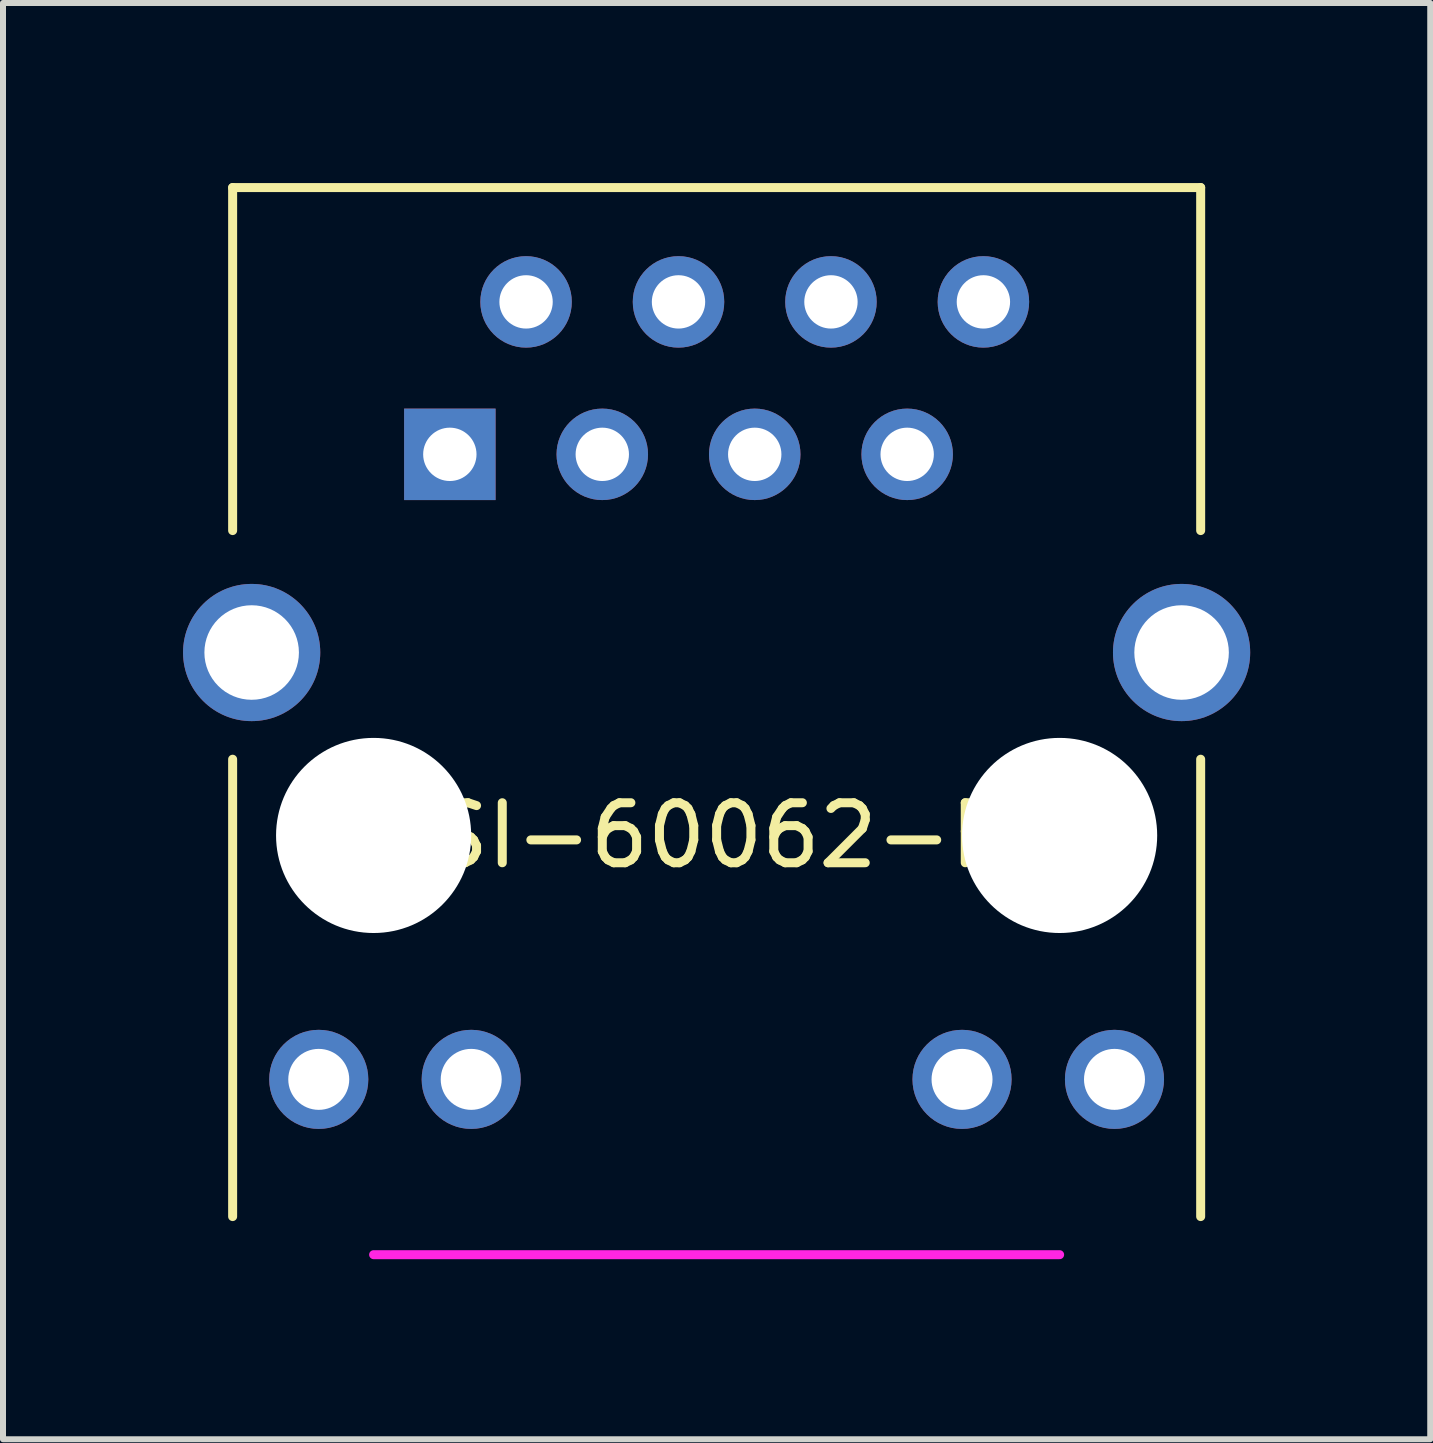
<source format=kicad_pcb>
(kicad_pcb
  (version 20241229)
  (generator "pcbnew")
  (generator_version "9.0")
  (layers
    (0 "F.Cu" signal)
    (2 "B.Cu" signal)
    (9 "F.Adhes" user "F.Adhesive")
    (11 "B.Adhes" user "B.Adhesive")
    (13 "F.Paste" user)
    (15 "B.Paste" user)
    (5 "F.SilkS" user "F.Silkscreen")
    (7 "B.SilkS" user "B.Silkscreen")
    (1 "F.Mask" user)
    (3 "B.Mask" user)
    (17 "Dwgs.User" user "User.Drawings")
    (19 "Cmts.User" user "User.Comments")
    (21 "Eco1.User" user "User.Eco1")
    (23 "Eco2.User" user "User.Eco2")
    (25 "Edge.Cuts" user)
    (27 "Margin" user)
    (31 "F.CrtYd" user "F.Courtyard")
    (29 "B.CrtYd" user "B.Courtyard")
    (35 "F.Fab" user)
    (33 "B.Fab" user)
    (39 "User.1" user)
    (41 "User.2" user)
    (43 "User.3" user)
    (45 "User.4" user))
  (footprint "SI-60062-F"
    (layer "F.Cu")
    (at 3.175 10.87)
    (property "Reference" "SI-60062-F" (at 5.715 0 0) (layer "F.SilkS") (effects (font (size 1 1) (thickness 0.15))))
    (attr through_hole)
    (fp_line (start -2.349 -10.795) (end -2.349 -5.08) (stroke (width 0.15) (type solid)) (layer "F.SilkS"))
    (fp_line (start -2.349 -10.795) (end 13.78 -10.795) (stroke (width 0.15) (type solid)) (layer "F.SilkS"))
    (fp_line (start -2.349 -1.27) (end -2.349 6.35) (stroke (width 0.15) (type solid)) (layer "F.SilkS"))
    (fp_line (start 13.78 -10.795) (end 13.78 -5.08) (stroke (width 0.15) (type solid)) (layer "F.SilkS"))
    (fp_line (start 13.78 -1.27) (end 13.78 6.35) (stroke (width 0.15) (type solid)) (layer "F.SilkS"))
    (fp_line (start 0 6.985) (end 11.43 6.985) (stroke (width 0.15) (type solid)) (layer "F.CrtYd"))
    (pad "" np_thru_hole circle (at 0 0) (size 3.251 3.251) (drill 3.251) (layers "*.Cu" "*.Mask"))
    (pad "" np_thru_hole circle (at 11.43 0) (size 3.251 3.251) (drill 3.251) (layers "*.Cu" "*.Mask"))
    (pad "1" thru_hole rect (at 1.27 -6.35) (size 1.524 1.524) (drill 0.889) (layers "*.Cu" "*.Mask"))
    (pad "2" thru_hole circle (at 2.54 -8.89) (size 1.524 1.524) (drill 0.889) (layers "*.Cu" "*.Mask"))
    (pad "3" thru_hole circle (at 3.81 -6.35) (size 1.524 1.524) (drill 0.889) (layers "*.Cu" "*.Mask"))
    (pad "4" thru_hole circle (at 5.08 -8.89) (size 1.524 1.524) (drill 0.889) (layers "*.Cu" "*.Mask"))
    (pad "5" thru_hole circle (at 6.35 -6.35) (size 1.524 1.524) (drill 0.889) (layers "*.Cu" "*.Mask"))
    (pad "6" thru_hole circle (at 7.62 -8.89) (size 1.524 1.524) (drill 0.889) (layers "*.Cu" "*.Mask"))
    (pad "7" thru_hole circle (at 8.89 -6.35) (size 1.524 1.524) (drill 0.889) (layers "*.Cu" "*.Mask"))
    (pad "8" thru_hole circle (at 10.16 -8.89) (size 1.524 1.524) (drill 0.889) (layers "*.Cu" "*.Mask"))
    (pad "13" thru_hole circle (at -2.032 -3.048) (size 2.286 2.286) (drill 1.575) (layers "*.Cu" "*.Mask"))
    (pad "13" thru_hole circle (at 13.462 -3.048) (size 2.286 2.286) (drill 1.575) (layers "*.Cu" "*.Mask"))
    (pad "GA" thru_hole circle (at 9.804 4.064) (size 1.651 1.651) (drill 1.016) (layers "*.Cu" "*.Mask"))
    (pad "GK" thru_hole circle (at 12.344 4.064) (size 1.651 1.651) (drill 1.016) (layers "*.Cu" "*.Mask"))
    (pad "YA" thru_hole circle (at -0.914 4.064) (size 1.651 1.651) (drill 1.016) (layers "*.Cu" "*.Mask"))
    (pad "YK" thru_hole circle (at 1.626 4.064) (size 1.651 1.651) (drill 1.016) (layers "*.Cu" "*.Mask")))
  (gr_rect
    (start -3 -3)
    (end 20.78 20.93)
    (stroke (width 0.1) (type default))
    (fill no)
    (layer "Edge.Cuts")))
</source>
